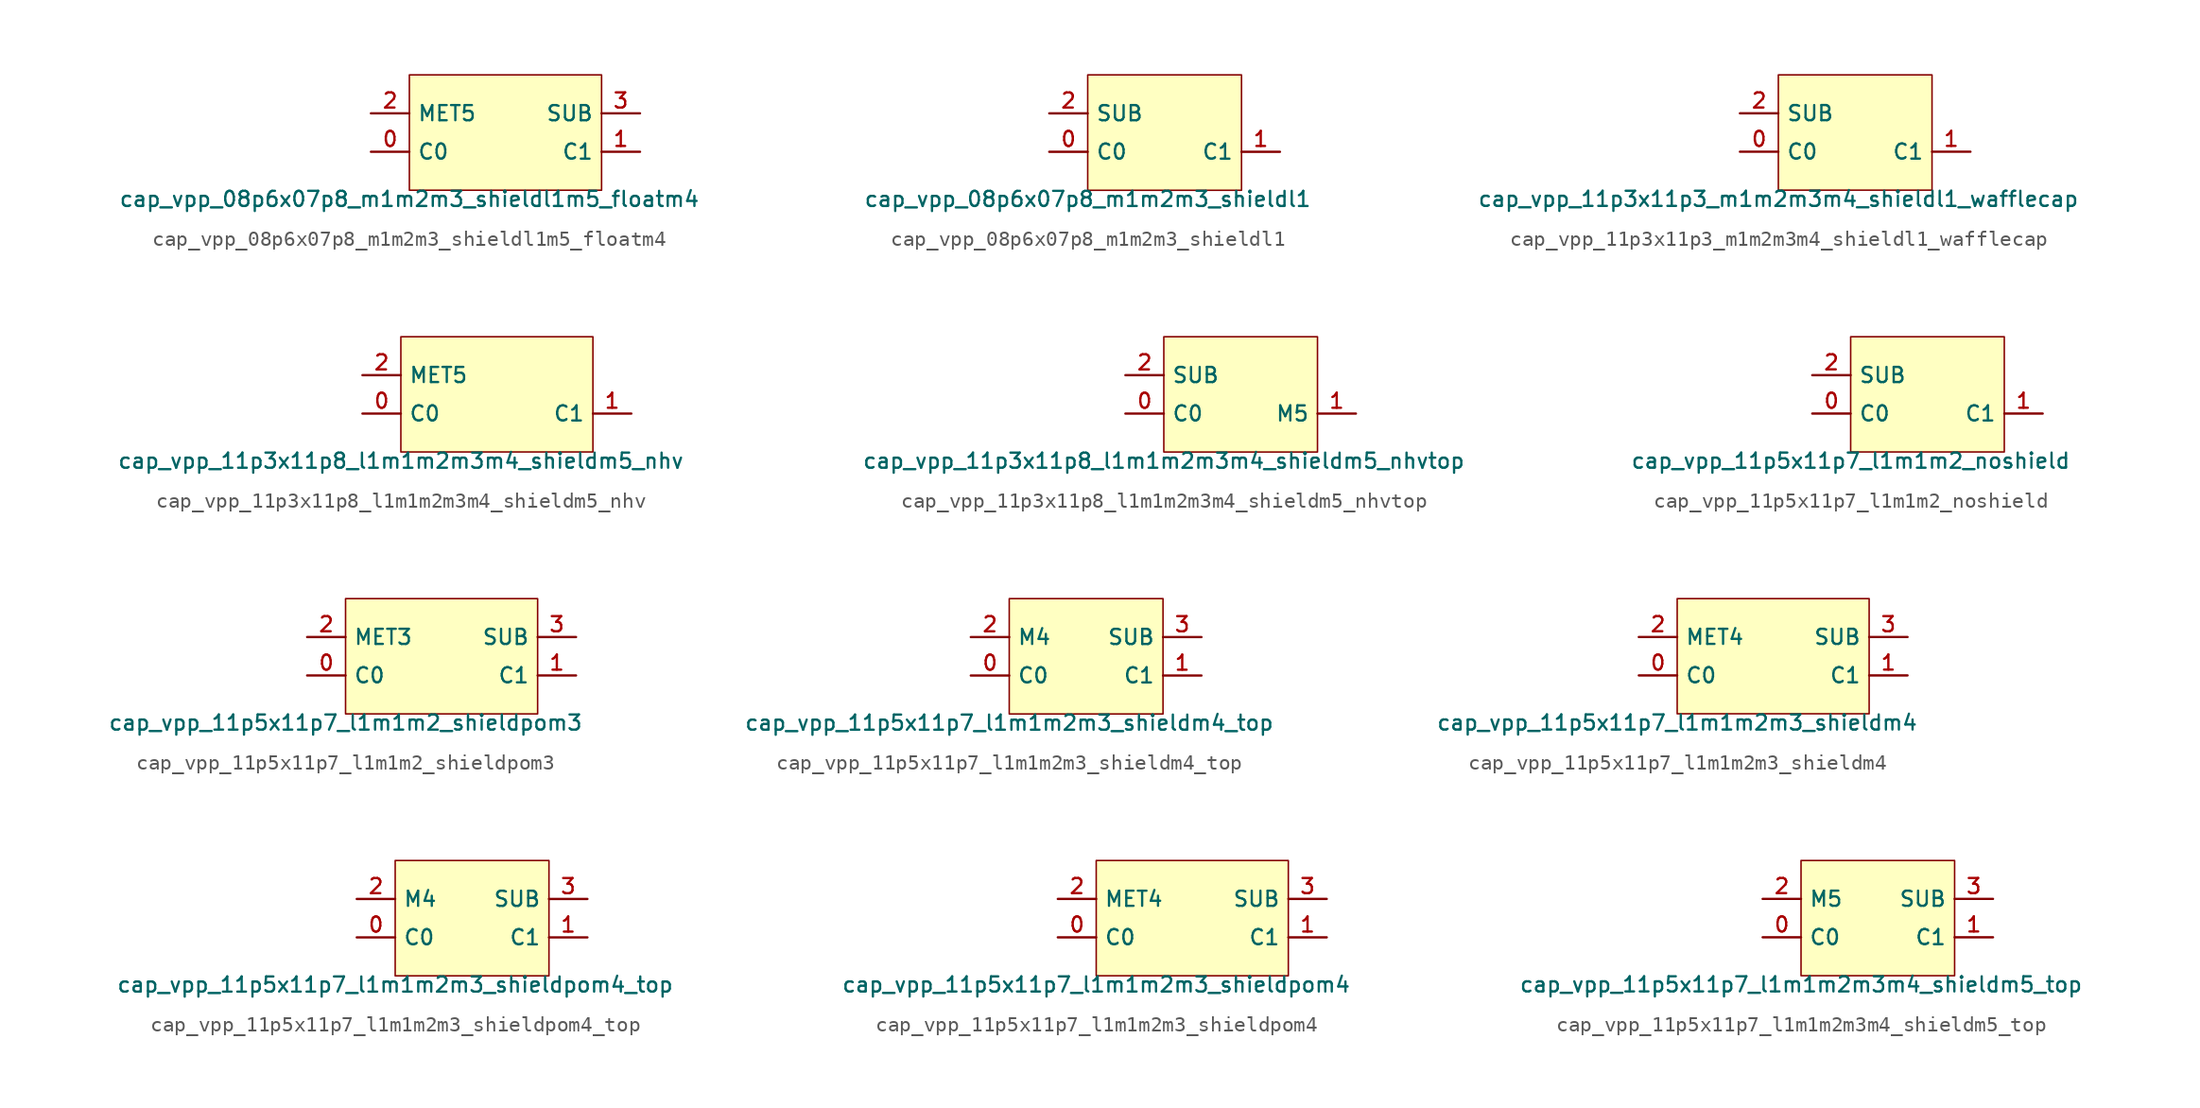
<source format=kicad_sym>
(kicad_symbol_lib
  (version 20211014)
  (generator pdk2kicad)
  (symbol "cap_vpp_08p6x07p8_m1m2m3_shieldl1m5_floatm4"
    (property "Reference" "X"
      (at 0 0 0)
      (effects (font (size 1 1)) hide))
    (property "Value" "cap_vpp_08p6x07p8_m1m2m3_shieldl1m5_floatm4"
      (at -6.35 -3.81 0)
      (effects (font (size 1 1)) (justify top)))
    (rectangle
      (start -6.35 -3.81)
      (end 6.35 3.81)
      (stroke (width 0.1) (type solid) (color 0 0 0 0))
      (fill (type background)))
    (pin bidirectional line
      (at -8.89 -1.27 0)
      (length 2.54)
      (name "C0" (effects (font (size 1 1)) hide))
      (number "0" (effects (font (size 1 1)) hide)))
    (pin bidirectional line
      (at 8.89 -1.27 180)
      (length 2.54)
      (name "C1" (effects (font (size 1 1)) hide))
      (number "1" (effects (font (size 1 1)) hide)))
    (pin bidirectional line
      (at -8.89 1.27 0)
      (length 2.54)
      (name "MET5" (effects (font (size 1 1)) hide))
      (number "2" (effects (font (size 1 1)) hide)))
    (pin bidirectional line
      (at 8.89 1.27 180)
      (length 2.54)
      (name "SUB" (effects (font (size 1 1)) hide))
      (number "3" (effects (font (size 1 1)) hide))))
  (symbol "cap_vpp_08p6x07p8_m1m2m3_shieldl1"
    (property "Reference" "X"
      (at 0 0 0)
      (effects (font (size 1 1)) hide))
    (property "Value" "cap_vpp_08p6x07p8_m1m2m3_shieldl1"
      (at -5.08 -3.81 0)
      (effects (font (size 1 1)) (justify top)))
    (rectangle
      (start -5.08 -3.81)
      (end 5.08 3.81)
      (stroke (width 0.1) (type solid) (color 0 0 0 0))
      (fill (type background)))
    (pin bidirectional line
      (at -7.62 -1.27 0)
      (length 2.54)
      (name "C0" (effects (font (size 1 1)) hide))
      (number "0" (effects (font (size 1 1)) hide)))
    (pin bidirectional line
      (at 7.62 -1.27 180)
      (length 2.54)
      (name "C1" (effects (font (size 1 1)) hide))
      (number "1" (effects (font (size 1 1)) hide)))
    (pin bidirectional line
      (at -7.62 1.27 0)
      (length 2.54)
      (name "SUB" (effects (font (size 1 1)) hide))
      (number "2" (effects (font (size 1 1)) hide))))
  (symbol "cap_vpp_11p3x11p3_m1m2m3m4_shieldl1_wafflecap"
    (property "Reference" "X"
      (at 0 0 0)
      (effects (font (size 1 1)) hide))
    (property "Value" "cap_vpp_11p3x11p3_m1m2m3m4_shieldl1_wafflecap"
      (at -5.08 -3.81 0)
      (effects (font (size 1 1)) (justify top)))
    (rectangle
      (start -5.08 -3.81)
      (end 5.08 3.81)
      (stroke (width 0.1) (type solid) (color 0 0 0 0))
      (fill (type background)))
    (pin bidirectional line
      (at -7.62 -1.27 0)
      (length 2.54)
      (name "C0" (effects (font (size 1 1)) hide))
      (number "0" (effects (font (size 1 1)) hide)))
    (pin bidirectional line
      (at 7.62 -1.27 180)
      (length 2.54)
      (name "C1" (effects (font (size 1 1)) hide))
      (number "1" (effects (font (size 1 1)) hide)))
    (pin bidirectional line
      (at -7.62 1.27 0)
      (length 2.54)
      (name "SUB" (effects (font (size 1 1)) hide))
      (number "2" (effects (font (size 1 1)) hide))))
  (symbol "cap_vpp_11p3x11p8_l1m1m2m3m4_shieldm5_nhv"
    (property "Reference" "X"
      (at 0 0 0)
      (effects (font (size 1 1)) hide))
    (property "Value" "cap_vpp_11p3x11p8_l1m1m2m3m4_shieldm5_nhv"
      (at -6.35 -3.81 0)
      (effects (font (size 1 1)) (justify top)))
    (rectangle
      (start -6.35 -3.81)
      (end 6.35 3.81)
      (stroke (width 0.1) (type solid) (color 0 0 0 0))
      (fill (type background)))
    (pin bidirectional line
      (at -8.89 -1.27 0)
      (length 2.54)
      (name "C0" (effects (font (size 1 1)) hide))
      (number "0" (effects (font (size 1 1)) hide)))
    (pin bidirectional line
      (at 8.89 -1.27 180)
      (length 2.54)
      (name "C1" (effects (font (size 1 1)) hide))
      (number "1" (effects (font (size 1 1)) hide)))
    (pin bidirectional line
      (at -8.89 1.27 0)
      (length 2.54)
      (name "MET5" (effects (font (size 1 1)) hide))
      (number "2" (effects (font (size 1 1)) hide))))
  (symbol "cap_vpp_11p3x11p8_l1m1m2m3m4_shieldm5_nhvtop"
    (property "Reference" "X"
      (at 0 0 0)
      (effects (font (size 1 1)) hide))
    (property "Value" "cap_vpp_11p3x11p8_l1m1m2m3m4_shieldm5_nhvtop"
      (at -5.08 -3.81 0)
      (effects (font (size 1 1)) (justify top)))
    (rectangle
      (start -5.08 -3.81)
      (end 5.08 3.81)
      (stroke (width 0.1) (type solid) (color 0 0 0 0))
      (fill (type background)))
    (pin bidirectional line
      (at -7.62 -1.27 0)
      (length 2.54)
      (name "C0" (effects (font (size 1 1)) hide))
      (number "0" (effects (font (size 1 1)) hide)))
    (pin bidirectional line
      (at 7.62 -1.27 180)
      (length 2.54)
      (name "M5" (effects (font (size 1 1)) hide))
      (number "1" (effects (font (size 1 1)) hide)))
    (pin bidirectional line
      (at -7.62 1.27 0)
      (length 2.54)
      (name "SUB" (effects (font (size 1 1)) hide))
      (number "2" (effects (font (size 1 1)) hide))))
  (symbol "cap_vpp_11p5x11p7_l1m1m2_noshield"
    (property "Reference" "X"
      (at 0 0 0)
      (effects (font (size 1 1)) hide))
    (property "Value" "cap_vpp_11p5x11p7_l1m1m2_noshield"
      (at -5.08 -3.81 0)
      (effects (font (size 1 1)) (justify top)))
    (rectangle
      (start -5.08 -3.81)
      (end 5.08 3.81)
      (stroke (width 0.1) (type solid) (color 0 0 0 0))
      (fill (type background)))
    (pin bidirectional line
      (at -7.62 -1.27 0)
      (length 2.54)
      (name "C0" (effects (font (size 1 1)) hide))
      (number "0" (effects (font (size 1 1)) hide)))
    (pin bidirectional line
      (at 7.62 -1.27 180)
      (length 2.54)
      (name "C1" (effects (font (size 1 1)) hide))
      (number "1" (effects (font (size 1 1)) hide)))
    (pin bidirectional line
      (at -7.62 1.27 0)
      (length 2.54)
      (name "SUB" (effects (font (size 1 1)) hide))
      (number "2" (effects (font (size 1 1)) hide))))
  (symbol "cap_vpp_11p5x11p7_l1m1m2_shieldpom3"
    (property "Reference" "X"
      (at 0 0 0)
      (effects (font (size 1 1)) hide))
    (property "Value" "cap_vpp_11p5x11p7_l1m1m2_shieldpom3"
      (at -6.35 -3.81 0)
      (effects (font (size 1 1)) (justify top)))
    (rectangle
      (start -6.35 -3.81)
      (end 6.35 3.81)
      (stroke (width 0.1) (type solid) (color 0 0 0 0))
      (fill (type background)))
    (pin bidirectional line
      (at -8.89 -1.27 0)
      (length 2.54)
      (name "C0" (effects (font (size 1 1)) hide))
      (number "0" (effects (font (size 1 1)) hide)))
    (pin bidirectional line
      (at 8.89 -1.27 180)
      (length 2.54)
      (name "C1" (effects (font (size 1 1)) hide))
      (number "1" (effects (font (size 1 1)) hide)))
    (pin bidirectional line
      (at -8.89 1.27 0)
      (length 2.54)
      (name "MET3" (effects (font (size 1 1)) hide))
      (number "2" (effects (font (size 1 1)) hide)))
    (pin bidirectional line
      (at 8.89 1.27 180)
      (length 2.54)
      (name "SUB" (effects (font (size 1 1)) hide))
      (number "3" (effects (font (size 1 1)) hide))))
  (symbol "cap_vpp_11p5x11p7_l1m1m2m3_shieldm4_top"
    (property "Reference" "X"
      (at 0 0 0)
      (effects (font (size 1 1)) hide))
    (property "Value" "cap_vpp_11p5x11p7_l1m1m2m3_shieldm4_top"
      (at -5.08 -3.81 0)
      (effects (font (size 1 1)) (justify top)))
    (rectangle
      (start -5.08 -3.81)
      (end 5.08 3.81)
      (stroke (width 0.1) (type solid) (color 0 0 0 0))
      (fill (type background)))
    (pin bidirectional line
      (at -7.62 -1.27 0)
      (length 2.54)
      (name "C0" (effects (font (size 1 1)) hide))
      (number "0" (effects (font (size 1 1)) hide)))
    (pin bidirectional line
      (at 7.62 -1.27 180)
      (length 2.54)
      (name "C1" (effects (font (size 1 1)) hide))
      (number "1" (effects (font (size 1 1)) hide)))
    (pin bidirectional line
      (at -7.62 1.27 0)
      (length 2.54)
      (name "M4" (effects (font (size 1 1)) hide))
      (number "2" (effects (font (size 1 1)) hide)))
    (pin bidirectional line
      (at 7.62 1.27 180)
      (length 2.54)
      (name "SUB" (effects (font (size 1 1)) hide))
      (number "3" (effects (font (size 1 1)) hide))))
  (symbol "cap_vpp_11p5x11p7_l1m1m2m3_shieldm4"
    (property "Reference" "X"
      (at 0 0 0)
      (effects (font (size 1 1)) hide))
    (property "Value" "cap_vpp_11p5x11p7_l1m1m2m3_shieldm4"
      (at -6.35 -3.81 0)
      (effects (font (size 1 1)) (justify top)))
    (rectangle
      (start -6.35 -3.81)
      (end 6.35 3.81)
      (stroke (width 0.1) (type solid) (color 0 0 0 0))
      (fill (type background)))
    (pin bidirectional line
      (at -8.89 -1.27 0)
      (length 2.54)
      (name "C0" (effects (font (size 1 1)) hide))
      (number "0" (effects (font (size 1 1)) hide)))
    (pin bidirectional line
      (at 8.89 -1.27 180)
      (length 2.54)
      (name "C1" (effects (font (size 1 1)) hide))
      (number "1" (effects (font (size 1 1)) hide)))
    (pin bidirectional line
      (at -8.89 1.27 0)
      (length 2.54)
      (name "MET4" (effects (font (size 1 1)) hide))
      (number "2" (effects (font (size 1 1)) hide)))
    (pin bidirectional line
      (at 8.89 1.27 180)
      (length 2.54)
      (name "SUB" (effects (font (size 1 1)) hide))
      (number "3" (effects (font (size 1 1)) hide))))
  (symbol "cap_vpp_11p5x11p7_l1m1m2m3_shieldpom4_top"
    (property "Reference" "X"
      (at 0 0 0)
      (effects (font (size 1 1)) hide))
    (property "Value" "cap_vpp_11p5x11p7_l1m1m2m3_shieldpom4_top"
      (at -5.08 -3.81 0)
      (effects (font (size 1 1)) (justify top)))
    (rectangle
      (start -5.08 -3.81)
      (end 5.08 3.81)
      (stroke (width 0.1) (type solid) (color 0 0 0 0))
      (fill (type background)))
    (pin bidirectional line
      (at -7.62 -1.27 0)
      (length 2.54)
      (name "C0" (effects (font (size 1 1)) hide))
      (number "0" (effects (font (size 1 1)) hide)))
    (pin bidirectional line
      (at 7.62 -1.27 180)
      (length 2.54)
      (name "C1" (effects (font (size 1 1)) hide))
      (number "1" (effects (font (size 1 1)) hide)))
    (pin bidirectional line
      (at -7.62 1.27 0)
      (length 2.54)
      (name "M4" (effects (font (size 1 1)) hide))
      (number "2" (effects (font (size 1 1)) hide)))
    (pin bidirectional line
      (at 7.62 1.27 180)
      (length 2.54)
      (name "SUB" (effects (font (size 1 1)) hide))
      (number "3" (effects (font (size 1 1)) hide))))
  (symbol "cap_vpp_11p5x11p7_l1m1m2m3_shieldpom4"
    (property "Reference" "X"
      (at 0 0 0)
      (effects (font (size 1 1)) hide))
    (property "Value" "cap_vpp_11p5x11p7_l1m1m2m3_shieldpom4"
      (at -6.35 -3.81 0)
      (effects (font (size 1 1)) (justify top)))
    (rectangle
      (start -6.35 -3.81)
      (end 6.35 3.81)
      (stroke (width 0.1) (type solid) (color 0 0 0 0))
      (fill (type background)))
    (pin bidirectional line
      (at -8.89 -1.27 0)
      (length 2.54)
      (name "C0" (effects (font (size 1 1)) hide))
      (number "0" (effects (font (size 1 1)) hide)))
    (pin bidirectional line
      (at 8.89 -1.27 180)
      (length 2.54)
      (name "C1" (effects (font (size 1 1)) hide))
      (number "1" (effects (font (size 1 1)) hide)))
    (pin bidirectional line
      (at -8.89 1.27 0)
      (length 2.54)
      (name "MET4" (effects (font (size 1 1)) hide))
      (number "2" (effects (font (size 1 1)) hide)))
    (pin bidirectional line
      (at 8.89 1.27 180)
      (length 2.54)
      (name "SUB" (effects (font (size 1 1)) hide))
      (number "3" (effects (font (size 1 1)) hide))))
  (symbol "cap_vpp_11p5x11p7_l1m1m2m3m4_shieldm5_top"
    (property "Reference" "X"
      (at 0 0 0)
      (effects (font (size 1 1)) hide))
    (property "Value" "cap_vpp_11p5x11p7_l1m1m2m3m4_shieldm5_top"
      (at -5.08 -3.81 0)
      (effects (font (size 1 1)) (justify top)))
    (rectangle
      (start -5.08 -3.81)
      (end 5.08 3.81)
      (stroke (width 0.1) (type solid) (color 0 0 0 0))
      (fill (type background)))
    (pin bidirectional line
      (at -7.62 -1.27 0)
      (length 2.54)
      (name "C0" (effects (font (size 1 1)) hide))
      (number "0" (effects (font (size 1 1)) hide)))
    (pin bidirectional line
      (at 7.62 -1.27 180)
      (length 2.54)
      (name "C1" (effects (font (size 1 1)) hide))
      (number "1" (effects (font (size 1 1)) hide)))
    (pin bidirectional line
      (at -7.62 1.27 0)
      (length 2.54)
      (name "M5" (effects (font (size 1 1)) hide))
      (number "2" (effects (font (size 1 1)) hide)))
    (pin bidirectional line
      (at 7.62 1.27 180)
      (length 2.54)
      (name "SUB" (effects (font (size 1 1)) hide))
      (number "3" (effects (font (size 1 1)) hide)))))
</source>
